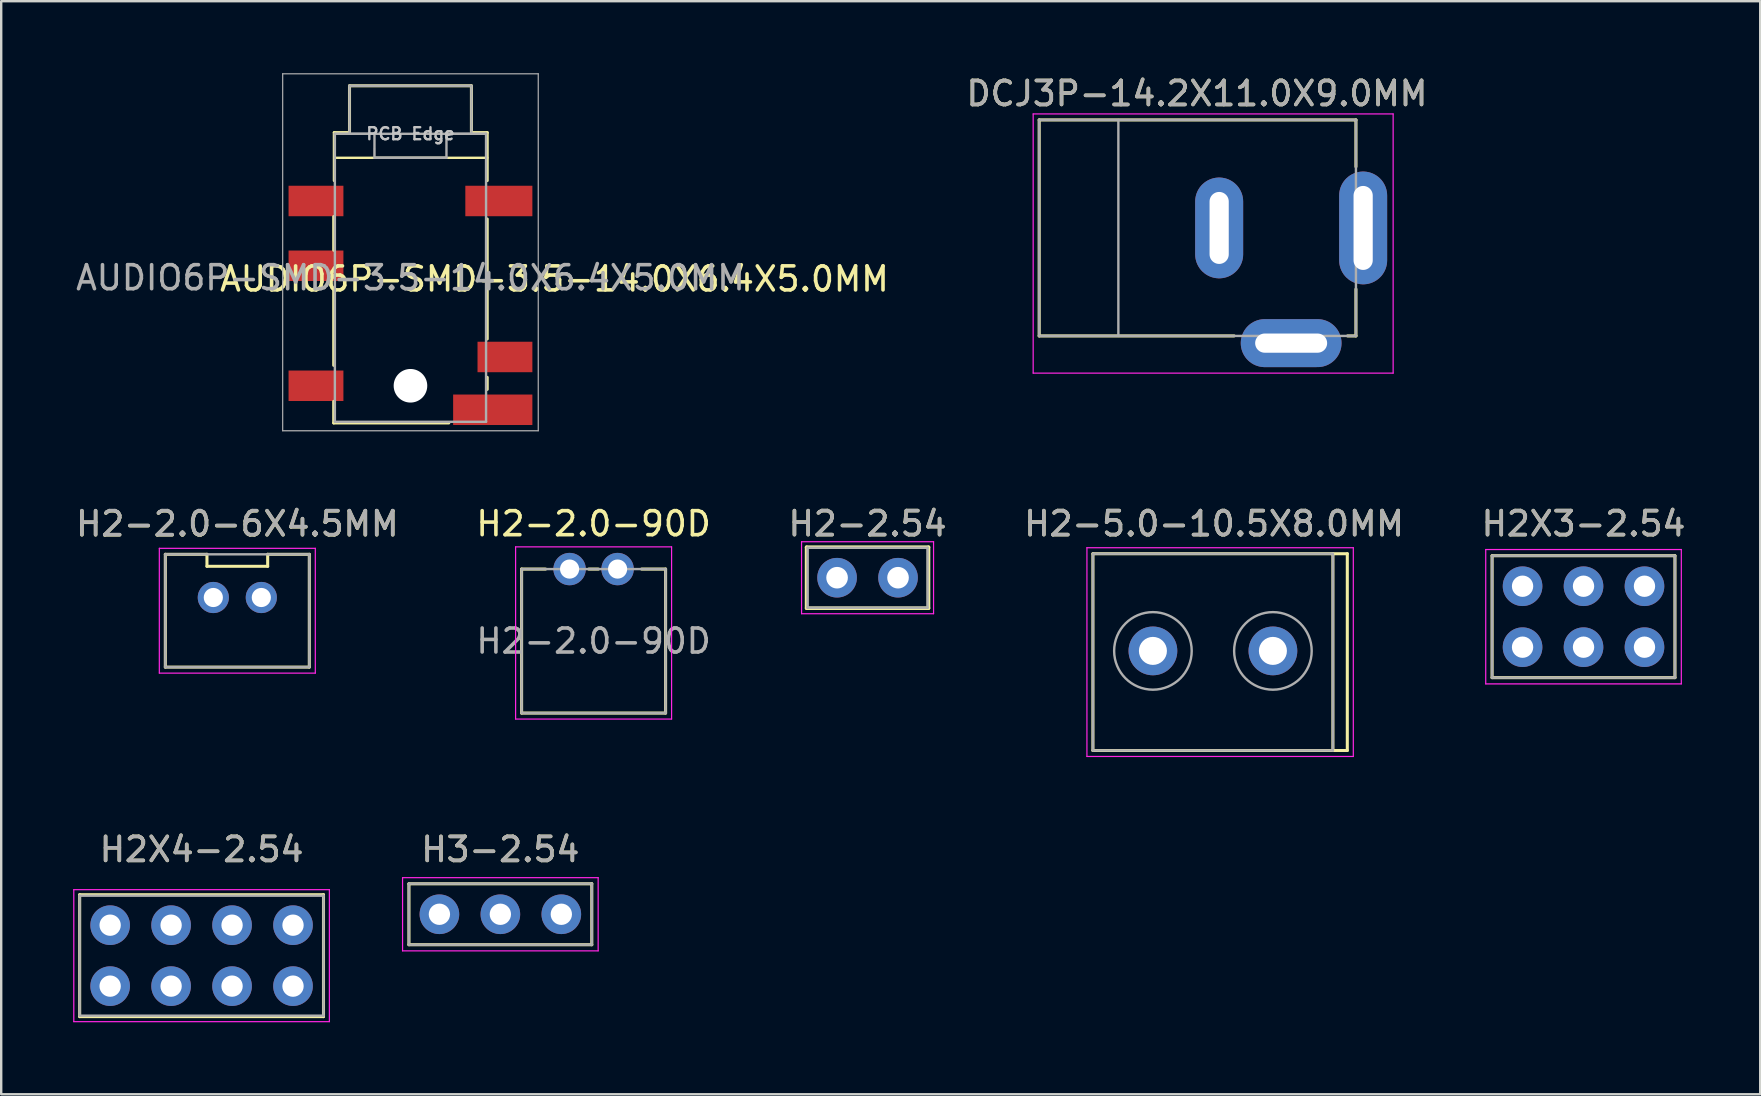
<source format=kicad_pcb>
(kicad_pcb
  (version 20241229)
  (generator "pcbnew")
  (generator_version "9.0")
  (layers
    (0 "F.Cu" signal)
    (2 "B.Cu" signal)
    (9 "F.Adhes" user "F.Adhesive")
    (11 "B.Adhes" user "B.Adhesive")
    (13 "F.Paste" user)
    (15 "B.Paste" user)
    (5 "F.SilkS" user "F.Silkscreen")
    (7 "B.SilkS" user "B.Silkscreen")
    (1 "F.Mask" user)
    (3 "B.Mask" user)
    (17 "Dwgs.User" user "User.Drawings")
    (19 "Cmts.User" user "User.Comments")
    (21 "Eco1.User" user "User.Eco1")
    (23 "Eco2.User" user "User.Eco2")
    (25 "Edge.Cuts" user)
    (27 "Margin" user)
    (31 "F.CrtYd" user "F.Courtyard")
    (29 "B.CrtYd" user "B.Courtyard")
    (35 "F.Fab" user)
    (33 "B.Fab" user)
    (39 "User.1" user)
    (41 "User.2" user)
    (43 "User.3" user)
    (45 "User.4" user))
  (footprint "H2X3-2.54"
    (layer "F.Cu")
    (at 62.935 22.648)
    (property "Reference" "H2X3-2.54" (at 0 -3.875 180) (layer "F.SilkS") (effects (font (size 1 1) (thickness 0.15))))
    (attr exclude_from_pos_files exclude_from_bom)
    (fp_line (start -3.81 -2.54) (end 3.81 -2.54) (stroke (width 0.127) (type solid)) (layer "F.SilkS"))
    (fp_line (start -3.81 2.54) (end -3.81 -2.54) (stroke (width 0.127) (type solid)) (layer "F.SilkS"))
    (fp_line (start 3.81 -2.54) (end 3.81 2.54) (stroke (width 0.127) (type solid)) (layer "F.SilkS"))
    (fp_line (start 3.81 2.54) (end -3.81 2.54) (stroke (width 0.127) (type solid)) (layer "F.SilkS"))
    (fp_line (start -4.075 -2.8) (end -4.075 2.8) (stroke (width 0.05) (type solid)) (layer "F.CrtYd"))
    (fp_line (start -4.075 2.8) (end 4.075 2.8) (stroke (width 0.05) (type solid)) (layer "F.CrtYd"))
    (fp_line (start 4.075 -2.8) (end -4.075 -2.8) (stroke (width 0.05) (type solid)) (layer "F.CrtYd"))
    (fp_line (start 4.075 2.8) (end 4.075 -2.8) (stroke (width 0.05) (type solid)) (layer "F.CrtYd"))
    (fp_line (start -3.81 2.54) (end -3.81 -2.54) (stroke (width 0.1) (type solid)) (layer "F.Fab"))
    (fp_line (start 3.81 -2.54) (end -3.81 -2.54) (stroke (width 0.1) (type solid)) (layer "F.Fab"))
    (fp_line (start 3.81 -2.54) (end 3.81 2.54) (stroke (width 0.1) (type solid)) (layer "F.Fab"))
    (fp_line (start 3.81 2.54) (end -3.81 2.54) (stroke (width 0.1) (type solid)) (layer "F.Fab"))
    (fp_text user "${REFERENCE}" (at 0 -3.875 0) (layer "F.Fab") (effects (font (size 1 1) (thickness 0.15))))
    (pad "" thru_hole circle (at -2.54 -1.27 90) (size 1.651 1.651) (drill 0.889) (layers "*.Cu" "*.Mask"))
    (pad "" thru_hole circle (at -2.54 1.27 90) (size 1.651 1.651) (drill 0.889) (layers "*.Cu" "*.Mask"))
    (pad "" thru_hole circle (at 0 -1.27 90) (size 1.651 1.651) (drill 0.889) (layers "*.Cu" "*.Mask"))
    (pad "" thru_hole circle (at 0 1.27 90) (size 1.651 1.651) (drill 0.889) (layers "*.Cu" "*.Mask"))
    (pad "" thru_hole circle (at 2.54 -1.27 90) (size 1.651 1.651) (drill 0.889) (layers "*.Cu" "*.Mask"))
    (pad "" thru_hole circle (at 2.54 1.27 90) (size 1.651 1.651) (drill 0.889) (layers "*.Cu" "*.Mask")))
  (footprint "DCJ3P-14.2X11.0X9.0MM"
    (layer "F.Cu")
    (at 46.852 6.448)
    (property "Reference" "DCJ3P-14.2X11.0X9.0MM" (at -0.025 -5.6 0) (layer "F.SilkS") (effects (font (size 1 1) (thickness 0.15))))
    (attr exclude_from_pos_files exclude_from_bom)
    (fp_line (start -6.6 4.5) (end -6.6 -4.5) (stroke (width 0.127) (type solid)) (layer "F.SilkS"))
    (fp_line (start 1.525 4.5) (end -6.6 4.5) (stroke (width 0.127) (type solid)) (layer "F.SilkS"))
    (fp_line (start 6.25 4.5) (end 6.6 4.5) (stroke (width 0.127) (type solid)) (layer "F.SilkS"))
    (fp_line (start 6.6 -4.5) (end -6.6 -4.5) (stroke (width 0.127) (type solid)) (layer "F.SilkS"))
    (fp_line (start 6.6 -2.55) (end 6.6 -4.5) (stroke (width 0.127) (type solid)) (layer "F.SilkS"))
    (fp_line (start 6.6 4.5) (end 6.6 2.55) (stroke (width 0.127) (type solid)) (layer "F.SilkS"))
    (fp_line (start -6.85 -4.75) (end 8.15 -4.75) (stroke (width 0.05) (type solid)) (layer "F.CrtYd"))
    (fp_line (start -6.85 6.05) (end -6.85 -4.75) (stroke (width 0.05) (type solid)) (layer "F.CrtYd"))
    (fp_line (start 8.15 -4.75) (end 8.15 6.05) (stroke (width 0.05) (type solid)) (layer "F.CrtYd"))
    (fp_line (start 8.15 6.05) (end -6.85 6.05) (stroke (width 0.05) (type solid)) (layer "F.CrtYd"))
    (fp_line (start -6.6 4.5) (end -6.6 -4.5) (stroke (width 0.1) (type solid)) (layer "F.Fab"))
    (fp_line (start -3.3 4.5) (end -3.3 -4.5) (stroke (width 0.1) (type solid)) (layer "F.Fab"))
    (fp_line (start 6.6 -4.5) (end -6.6 -4.5) (stroke (width 0.1) (type solid)) (layer "F.Fab"))
    (fp_line (start 6.6 4.5) (end -6.6 4.5) (stroke (width 0.1) (type solid)) (layer "F.Fab"))
    (fp_line (start 6.6 4.5) (end 6.6 -4.5) (stroke (width 0.1) (type solid)) (layer "F.Fab"))
    (fp_text user "${REFERENCE}" (at -0.025 -5.6 0) (layer "F.Fab") (effects (font (size 1 1) (thickness 0.15))))
    (pad "1" thru_hole oval (at 6.9 0 180) (size 2 4.7) (drill oval 0.8 3.5) (layers "*.Cu" "*.Mask"))
    (pad "2" thru_hole oval (at 0.9 0 180) (size 2 4.2) (drill oval 0.8 3) (layers "*.Cu" "*.Mask"))
    (pad "3" thru_hole oval (at 3.9 4.8 270) (size 2 4.2) (drill oval 0.8 3) (layers "*.Cu" "*.Mask")))
  (footprint "H2X4-2.54"
    (layer "F.Cu")
    (at 5.35 36.772)
    (property "Reference" "H2X4-2.54" (at 0 -4.425 180) (layer "F.SilkS") (effects (font (size 1 1) (thickness 0.15))))
    (attr exclude_from_pos_files exclude_from_bom)
    (fp_line (start -5.08 -2.54) (end 5.08 -2.54) (stroke (width 0.127) (type solid)) (layer "F.SilkS"))
    (fp_line (start -5.08 2.54) (end -5.08 -2.54) (stroke (width 0.127) (type solid)) (layer "F.SilkS"))
    (fp_line (start 5.08 -2.54) (end 5.08 2.54) (stroke (width 0.127) (type solid)) (layer "F.SilkS"))
    (fp_line (start 5.08 2.54) (end -5.08 2.54) (stroke (width 0.127) (type solid)) (layer "F.SilkS"))
    (fp_line (start -5.325 -2.75) (end 5.325 -2.75) (stroke (width 0.05) (type solid)) (layer "F.CrtYd"))
    (fp_line (start -5.325 2.75) (end -5.325 -2.75) (stroke (width 0.05) (type solid)) (layer "F.CrtYd"))
    (fp_line (start 5.325 -2.75) (end 5.325 2.75) (stroke (width 0.05) (type solid)) (layer "F.CrtYd"))
    (fp_line (start 5.325 2.75) (end -5.325 2.75) (stroke (width 0.05) (type solid)) (layer "F.CrtYd"))
    (fp_line (start -5.08 2.5) (end -5.08 -2.5) (stroke (width 0.1) (type solid)) (layer "F.Fab"))
    (fp_line (start 5.08 -2.5) (end -5.08 -2.5) (stroke (width 0.1) (type solid)) (layer "F.Fab"))
    (fp_line (start 5.08 2.5) (end -5.08 2.5) (stroke (width 0.1) (type solid)) (layer "F.Fab"))
    (fp_line (start 5.08 2.5) (end 5.08 -2.5) (stroke (width 0.1) (type solid)) (layer "F.Fab"))
    (fp_text user "${REFERENCE}" (at 0 -4.425 0) (layer "F.Fab") (effects (font (size 1 1) (thickness 0.15))))
    (pad "" thru_hole circle (at -3.81 -1.27 90) (size 1.651 1.651) (drill 0.889) (layers "*.Cu" "*.Mask"))
    (pad "" thru_hole circle (at -3.81 1.27 90) (size 1.651 1.651) (drill 0.889) (layers "*.Cu" "*.Mask"))
    (pad "" thru_hole circle (at -1.27 -1.27 90) (size 1.651 1.651) (drill 0.889) (layers "*.Cu" "*.Mask"))
    (pad "" thru_hole circle (at -1.27 1.27 90) (size 1.651 1.651) (drill 0.889) (layers "*.Cu" "*.Mask"))
    (pad "" thru_hole circle (at 1.27 -1.27 90) (size 1.651 1.651) (drill 0.889) (layers "*.Cu" "*.Mask"))
    (pad "" thru_hole circle (at 1.27 1.27 90) (size 1.651 1.651) (drill 0.889) (layers "*.Cu" "*.Mask"))
    (pad "" thru_hole circle (at 3.81 -1.27 90) (size 1.651 1.651) (drill 0.889) (layers "*.Cu" "*.Mask"))
    (pad "" thru_hole circle (at 3.81 1.27 90) (size 1.651 1.651) (drill 0.889) (layers "*.Cu" "*.Mask")))
  (footprint "H2-5.0-10.5X8.0MM"
    (layer "F.Cu")
    (at 47.492 24.123)
    (property "Reference" "H2-5.0-10.5X8.0MM" (at 0.05 -5.35 0) (layer "F.SilkS") (effects (font (size 1 1) (thickness 0.15))))
    (attr exclude_from_pos_files exclude_from_bom)
    (fp_line (start -5 -4.1) (end 5.6 -4.1) (stroke (width 0.127) (type solid)) (layer "F.SilkS"))
    (fp_line (start -5 4.1) (end -5 -4.1) (stroke (width 0.127) (type solid)) (layer "F.SilkS"))
    (fp_line (start 5 -4.1) (end 5 4.1) (stroke (width 0.127) (type solid)) (layer "F.SilkS"))
    (fp_line (start 5.6 -4.1) (end 5.6 4.1) (stroke (width 0.127) (type solid)) (layer "F.SilkS"))
    (fp_line (start 5.6 4.1) (end -5 4.1) (stroke (width 0.127) (type solid)) (layer "F.SilkS"))
    (fp_line (start -5.25 -4.35) (end -5.25 4.35) (stroke (width 0.05) (type solid)) (layer "F.CrtYd"))
    (fp_line (start -5.25 4.35) (end 5.85 4.35) (stroke (width 0.05) (type solid)) (layer "F.CrtYd"))
    (fp_line (start 5.85 -4.35) (end -5.25 -4.35) (stroke (width 0.05) (type solid)) (layer "F.CrtYd"))
    (fp_line (start 5.85 4.35) (end 5.85 -4.35) (stroke (width 0.05) (type solid)) (layer "F.CrtYd"))
    (fp_line (start -5 4.1) (end -5 -4.1) (stroke (width 0.1) (type solid)) (layer "F.Fab"))
    (fp_line (start 5 -4.1) (end -5 -4.1) (stroke (width 0.1) (type solid)) (layer "F.Fab"))
    (fp_line (start 5 4.1) (end -5 4.1) (stroke (width 0.1) (type solid)) (layer "F.Fab"))
    (fp_line (start 5 4.1) (end 5 -4.1) (stroke (width 0.1) (type solid)) (layer "F.Fab"))
    (fp_circle (center -2.5 -0.05) (end -0.884 -0.05) (stroke (width 0.1) (type solid)) (fill no) (layer "F.Fab"))
    (fp_circle (center 2.5 -0.05) (end 4.116 -0.05) (stroke (width 0.1) (type solid)) (fill no) (layer "F.Fab"))
    (fp_text user "${REFERENCE}" (at 0.05 -5.35 0) (layer "F.Fab") (effects (font (size 1 1) (thickness 0.15))))
    (pad "" thru_hole circle (at -2.5 -0.05 90) (size 2.032 2.032) (drill 1.168) (layers "*.Cu" "*.Mask"))
    (pad "" thru_hole circle (at 2.5 -0.05 90) (size 2.032 2.032) (drill 1.168) (layers "*.Cu" "*.Mask")))
  (footprint "H2-2.54"
    (layer "F.Cu")
    (at 33.101 21.023)
    (property "Reference" "H2-2.54" (at 0 -2.25 180) (layer "F.SilkS") (effects (font (size 1 1) (thickness 0.15))))
    (attr exclude_from_pos_files exclude_from_bom)
    (fp_line (start -2.54 -1.27) (end 2.54 -1.27) (stroke (width 0.15) (type solid)) (layer "F.SilkS"))
    (fp_line (start -2.54 1.27) (end -2.54 -1.27) (stroke (width 0.15) (type solid)) (layer "F.SilkS"))
    (fp_line (start 2.54 -1.27) (end 2.54 1.27) (stroke (width 0.15) (type solid)) (layer "F.SilkS"))
    (fp_line (start 2.54 1.27) (end -2.54 1.27) (stroke (width 0.15) (type solid)) (layer "F.SilkS"))
    (fp_line (start -2.75 -1.5) (end -2.75 1.5) (stroke (width 0.05) (type solid)) (layer "F.CrtYd"))
    (fp_line (start -2.75 1.5) (end 2.75 1.5) (stroke (width 0.05) (type solid)) (layer "F.CrtYd"))
    (fp_line (start 2.75 -1.5) (end -2.75 -1.5) (stroke (width 0.05) (type solid)) (layer "F.CrtYd"))
    (fp_line (start 2.75 1.5) (end 2.75 -1.5) (stroke (width 0.05) (type solid)) (layer "F.CrtYd"))
    (fp_line (start -2.5 1.25) (end -2.5 -1.25) (stroke (width 0.1) (type solid)) (layer "F.Fab"))
    (fp_line (start 2.5 -1.25) (end -2.5 -1.25) (stroke (width 0.1) (type solid)) (layer "F.Fab"))
    (fp_line (start 2.5 1.25) (end -2.5 1.25) (stroke (width 0.1) (type solid)) (layer "F.Fab"))
    (fp_line (start 2.5 1.25) (end 2.5 -1.25) (stroke (width 0.1) (type solid)) (layer "F.Fab"))
    (fp_text user "${REFERENCE}" (at 0 -2.25 0) (layer "F.Fab") (effects (font (size 1 1) (thickness 0.15))))
    (pad "" thru_hole circle (at -1.27 0 90) (size 1.651 1.651) (drill 0.9) (layers "*.Cu" "*.Mask"))
    (pad "" thru_hole circle (at 1.27 0 90) (size 1.651 1.651) (drill 0.9) (layers "*.Cu" "*.Mask")))
  (footprint "H2-2.0-6X4.5MM"
    (layer "F.Cu")
    (at 6.839 22.398)
    (property "Reference" "H2-2.0-6X4.5MM" (at 0 -3.617 0) (layer "F.SilkS") (effects (font (size 1 1) (thickness 0.15))))
    (attr exclude_from_pos_files exclude_from_bom)
    (fp_line (start -3 -2.35) (end -1.265 -2.35) (stroke (width 0.127) (type solid)) (layer "F.SilkS"))
    (fp_line (start -3 2.35) (end -3 -2.35) (stroke (width 0.127) (type solid)) (layer "F.SilkS"))
    (fp_line (start -1.265 -2.35) (end -1.265 -1.85) (stroke (width 0.127) (type solid)) (layer "F.SilkS"))
    (fp_line (start -1.265 -1.85) (end 1.265 -1.85) (stroke (width 0.127) (type solid)) (layer "F.SilkS"))
    (fp_line (start 1.265 -1.85) (end 1.265 -2.35) (stroke (width 0.127) (type solid)) (layer "F.SilkS"))
    (fp_line (start 3 -2.35) (end 1.265 -2.35) (stroke (width 0.127) (type solid)) (layer "F.SilkS"))
    (fp_line (start 3 -2.35) (end 3 2.35) (stroke (width 0.127) (type solid)) (layer "F.SilkS"))
    (fp_line (start 3 2.35) (end -3 2.35) (stroke (width 0.127) (type solid)) (layer "F.SilkS"))
    (fp_line (start -3.25 -2.6) (end -3.25 2.6) (stroke (width 0.05) (type solid)) (layer "F.CrtYd"))
    (fp_line (start -3.25 2.6) (end 3.25 2.6) (stroke (width 0.05) (type solid)) (layer "F.CrtYd"))
    (fp_line (start 3.25 -2.6) (end -3.25 -2.6) (stroke (width 0.05) (type solid)) (layer "F.CrtYd"))
    (fp_line (start 3.25 2.6) (end 3.25 -2.6) (stroke (width 0.05) (type solid)) (layer "F.CrtYd"))
    (fp_line (start -3 2.35) (end -3 -2.35) (stroke (width 0.1) (type solid)) (layer "F.Fab"))
    (fp_line (start 3 -2.35) (end -3 -2.35) (stroke (width 0.1) (type solid)) (layer "F.Fab"))
    (fp_line (start 3 -2.35) (end 3 2.35) (stroke (width 0.1) (type solid)) (layer "F.Fab"))
    (fp_line (start 3 2.35) (end -3 2.35) (stroke (width 0.1) (type solid)) (layer "F.Fab"))
    (fp_text user "${REFERENCE}" (at 0 -3.625 0) (layer "F.Fab") (effects (font (size 1 1) (thickness 0.15))))
    (pad "" thru_hole circle (at -1 -0.55) (size 1.298 1.298) (drill 0.798) (layers "*.Cu" "*.Mask"))
    (pad "" thru_hole circle (at 1 -0.55) (size 1.298 1.298) (drill 0.798) (layers "*.Cu" "*.Mask")))
  (footprint "AUDIO6P-SMD-3.5-14.0X6.4X5.0MM"
    (layer "F.Cu")
    (at 14.054 8.525)
    (property "Reference" "AUDIO6P-SMD-3.5-14.0X6.4X5.0MM" (at 6 0.05 180) (layer "F.SilkS") (effects (font (size 1 1) (thickness 0.15))))
    (attr smd)
    (fp_line (start -3.198 -2.551) (end -3.198 -1.149) (stroke (width 0.127) (type solid)) (layer "F.SilkS"))
    (fp_line (start -3.198 0.451) (end -3.198 3.649) (stroke (width 0.127) (type solid)) (layer "F.SilkS"))
    (fp_line (start -3.198 5.15) (end -3.198 6.049) (stroke (width 0.127) (type solid)) (layer "F.SilkS"))
    (fp_line (start -3.198 6.049) (end 1.598 6.049) (stroke (width 0.127) (type solid)) (layer "F.SilkS"))
    (fp_line (start -3.175 -6.049) (end -3.175 -4.05) (stroke (width 0.127) (type solid)) (layer "F.SilkS"))
    (fp_line (start -2.54 -7.999) (end -2.54 -6.094) (stroke (width 0.127) (type solid)) (layer "F.SilkS"))
    (fp_line (start -2.54 -6.049) (end -3.175 -6.049) (stroke (width 0.127) (type solid)) (layer "F.SilkS"))
    (fp_line (start 2.54 -7.999) (end -2.54 -7.999) (stroke (width 0.127) (type solid)) (layer "F.SilkS"))
    (fp_line (start 2.54 -6.094) (end 2.54 -7.999) (stroke (width 0.127) (type solid)) (layer "F.SilkS"))
    (fp_line (start 3.198 -6.049) (end 2.54 -6.049) (stroke (width 0.127) (type solid)) (layer "F.SilkS"))
    (fp_line (start 3.198 -4.05) (end 3.198 -6.049) (stroke (width 0.127) (type solid)) (layer "F.SilkS"))
    (fp_line (start 3.198 2.549) (end 3.198 -2.45) (stroke (width 0.127) (type solid)) (layer "F.SilkS"))
    (fp_line (start 3.198 4.649) (end 3.198 4.149) (stroke (width 0.127) (type solid)) (layer "F.SilkS"))
    (fp_line (start 3.2 -5) (end -3.15 -5) (stroke (width 0.1) (type solid)) (layer "F.SilkS"))
    (fp_line (start -5.325 -8.5) (end 5.325 -8.5) (stroke (width 0.05) (type solid)) (layer "F.Fab"))
    (fp_line (start -5.325 6.375) (end -5.325 -8.5) (stroke (width 0.05) (type solid)) (layer "F.Fab"))
    (fp_line (start -3.15 6) (end -3.15 -6) (stroke (width 0.1) (type solid)) (layer "F.Fab"))
    (fp_line (start -2.54 -8) (end 2.54 -8) (stroke (width 0.1) (type solid)) (layer "F.Fab"))
    (fp_line (start -2.54 -6) (end -2.54 -8) (stroke (width 0.1) (type solid)) (layer "F.Fab"))
    (fp_line (start -1.5 -6) (end -3.15 -6) (stroke (width 0.1) (type solid)) (layer "F.Fab"))
    (fp_line (start -1.5 -6) (end -1.5 -5) (stroke (width 0.1) (type solid)) (layer "F.Fab"))
    (fp_line (start -1.5 -5) (end -1.5 -5.4) (stroke (width 0.05) (type solid)) (layer "F.Fab"))
    (fp_line (start 1.448 -5) (end -1.448 -5) (stroke (width 0.1) (type solid)) (layer "F.Fab"))
    (fp_line (start 1.5 -6) (end 1.5 -5) (stroke (width 0.1) (type solid)) (layer "F.Fab"))
    (fp_line (start 1.5 -5) (end -1.5 -5) (stroke (width 0.1) (type solid)) (layer "F.Fab"))
    (fp_line (start 2.54 -8) (end 2.54 -6) (stroke (width 0.1) (type solid)) (layer "F.Fab"))
    (fp_line (start 3.15 -6) (end -3.15 -6) (stroke (width 0.1) (type solid)) (layer "F.Fab"))
    (fp_line (start 3.15 -6) (end 1.5 -6) (stroke (width 0.1) (type solid)) (layer "F.Fab"))
    (fp_line (start 3.15 6) (end -3.15 6) (stroke (width 0.1) (type solid)) (layer "F.Fab"))
    (fp_line (start 3.15 6) (end 3.15 -6) (stroke (width 0.1) (type solid)) (layer "F.Fab"))
    (fp_line (start 5.325 -8.5) (end 5.325 6.375) (stroke (width 0.05) (type solid)) (layer "F.Fab"))
    (fp_line (start 5.325 6.375) (end -5.325 6.375) (stroke (width 0.05) (type solid)) (layer "F.Fab"))
    (fp_text user "PCB Edge" (at 0 -6 0) (layer "Dwgs.User") (effects (font (size 0.5 0.5) (thickness 0.1))))
    (fp_text user "${REFERENCE}" (at 0 0 0) (layer "F.Fab") (effects (font (size 1 1) (thickness 0.15))))
    (pad "" np_thru_hole circle (at 0 4.5 180) (size 1.4 1.4) (drill 1.4) (layers "*.Cu" "*.Mask"))
    (pad "1" smd rect (at -3.937 -3.2 180) (size 2.286 1.27) (layers "F.Cu" "F.Mask" "F.Paste"))
    (pad "2" smd rect (at 3.683 -3.2 180) (size 2.794 1.27) (layers "F.Cu" "F.Mask" "F.Paste"))
    (pad "3" smd rect (at -3.937 -0.5 180) (size 2.286 1.27) (layers "F.Cu" "F.Mask" "F.Paste"))
    (pad "4" smd rect (at 3.937 3.3 180) (size 2.286 1.27) (layers "F.Cu" "F.Mask" "F.Paste"))
    (pad "5" smd rect (at 3.429 5.5 180) (size 3.302 1.27) (layers "F.Cu" "F.Mask" "F.Paste"))
    (pad "6" smd rect (at -3.937 4.5 180) (size 2.286 1.27) (layers "F.Cu" "F.Mask" "F.Paste")))
  (footprint "H2-2.0-90D"
    (layer "F.Cu")
    (at 21.685 23.663)
    (property "Reference" "H2-2.0-90D" (at 0 -4.889 0) (layer "F.SilkS") (effects (font (size 1 1) (thickness 0.15))))
    (attr exclude_from_pos_files exclude_from_bom)
    (fp_line (start -3 -3) (end -2 -3) (stroke (width 0.127) (type solid)) (layer "F.SilkS"))
    (fp_line (start -3 3) (end -3 -3) (stroke (width 0.127) (type solid)) (layer "F.SilkS"))
    (fp_line (start -0.2 -3) (end 0.2 -3) (stroke (width 0.127) (type solid)) (layer "F.SilkS"))
    (fp_line (start 2 -3) (end 3 -3) (stroke (width 0.127) (type solid)) (layer "F.SilkS"))
    (fp_line (start 3 -3) (end 3 3) (stroke (width 0.127) (type solid)) (layer "F.SilkS"))
    (fp_line (start 3 3) (end -3 3) (stroke (width 0.127) (type solid)) (layer "F.SilkS"))
    (fp_line (start -3.25 -3.925) (end 3.25 -3.925) (stroke (width 0.05) (type solid)) (layer "F.CrtYd"))
    (fp_line (start -3.25 3.25) (end -3.25 -3.925) (stroke (width 0.05) (type solid)) (layer "F.CrtYd"))
    (fp_line (start 3.25 -3.925) (end 3.25 3.25) (stroke (width 0.05) (type solid)) (layer "F.CrtYd"))
    (fp_line (start 3.25 3.25) (end -3.25 3.25) (stroke (width 0.05) (type solid)) (layer "F.CrtYd"))
    (fp_line (start -3 -3) (end -3 3) (stroke (width 0.1) (type solid)) (layer "F.Fab"))
    (fp_line (start 3 -3) (end -3 -3) (stroke (width 0.1) (type solid)) (layer "F.Fab"))
    (fp_line (start 3 -3) (end 3 3) (stroke (width 0.1) (type solid)) (layer "F.Fab"))
    (fp_line (start 3 3) (end -3 3) (stroke (width 0.1) (type solid)) (layer "F.Fab"))
    (fp_text user "${REFERENCE}" (at 0 0 0) (layer "F.Fab") (effects (font (size 1 1) (thickness 0.15))))
    (pad "" thru_hole circle (at -1 -3) (size 1.349 1.349) (drill 0.798) (layers "*.Cu" "*.Mask"))
    (pad "" thru_hole circle (at 1 -3) (size 1.349 1.349) (drill 0.798) (layers "*.Cu" "*.Mask")))
  (footprint "H3-2.54"
    (layer "F.Cu")
    (at 17.8 35.047)
    (property "Reference" "H3-2.54" (at 0 -2.7 180) (layer "F.SilkS") (effects (font (size 1 1) (thickness 0.15))))
    (attr exclude_from_pos_files exclude_from_bom)
    (fp_line (start -3.81 -1.27) (end 3.81 -1.27) (stroke (width 0.127) (type solid)) (layer "F.SilkS"))
    (fp_line (start -3.81 1.27) (end -3.81 -1.27) (stroke (width 0.127) (type solid)) (layer "F.SilkS"))
    (fp_line (start 3.81 -1.27) (end 3.81 1.27) (stroke (width 0.127) (type solid)) (layer "F.SilkS"))
    (fp_line (start 3.81 1.27) (end -3.81 1.27) (stroke (width 0.127) (type solid)) (layer "F.SilkS"))
    (fp_line (start -4.075 -1.525) (end 4.075 -1.525) (stroke (width 0.05) (type solid)) (layer "F.CrtYd"))
    (fp_line (start -4.075 1.525) (end -4.075 -1.525) (stroke (width 0.05) (type solid)) (layer "F.CrtYd"))
    (fp_line (start 4.075 -1.525) (end 4.075 1.525) (stroke (width 0.05) (type solid)) (layer "F.CrtYd"))
    (fp_line (start 4.075 1.525) (end -4.075 1.525) (stroke (width 0.05) (type solid)) (layer "F.CrtYd"))
    (fp_line (start -3.81 -1.275) (end 3.81 -1.275) (stroke (width 0.1) (type solid)) (layer "F.Fab"))
    (fp_line (start -3.81 1.265) (end -3.81 -1.275) (stroke (width 0.1) (type solid)) (layer "F.Fab"))
    (fp_line (start 3.81 -1.27) (end 3.81 1.27) (stroke (width 0.1) (type solid)) (layer "F.Fab"))
    (fp_line (start 3.81 1.27) (end -3.81 1.27) (stroke (width 0.1) (type solid)) (layer "F.Fab"))
    (fp_text user "${REFERENCE}" (at 0 -2.7 0) (layer "F.Fab") (effects (font (size 1 1) (thickness 0.15))))
    (pad "" thru_hole circle (at -2.54 0 90) (size 1.651 1.651) (drill 0.889) (layers "*.Cu" "*.Mask"))
    (pad "" thru_hole circle (at 0 0 90) (size 1.651 1.651) (drill 0.889) (layers "*.Cu" "*.Mask"))
    (pad "" thru_hole circle (at 2.54 0 90) (size 1.651 1.651) (drill 0.889) (layers "*.Cu" "*.Mask")))
  (gr_rect
    (start -3 -3)
    (end 70.298 42.547)
    (stroke (width 0.1) (type default))
    (fill no)
    (layer "Edge.Cuts")))
</source>
